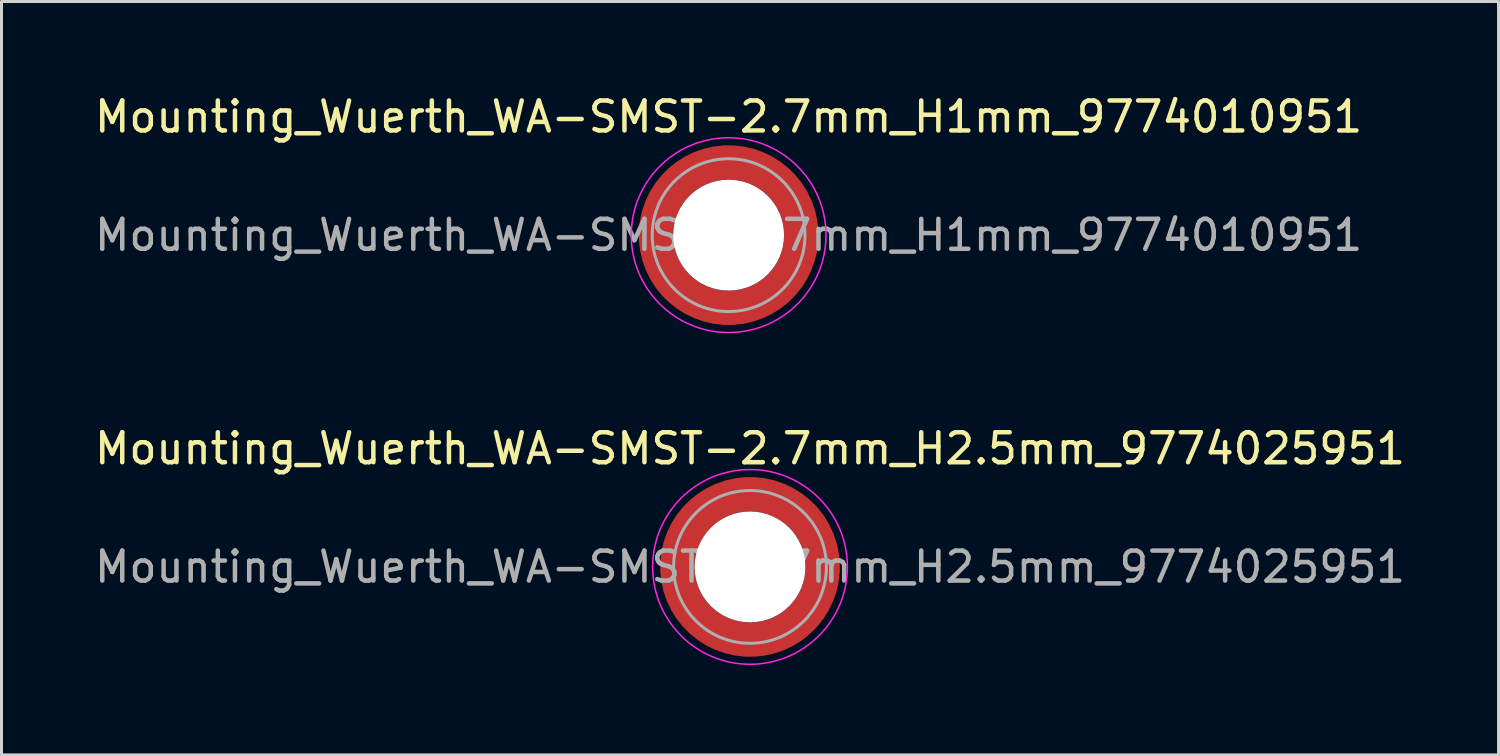
<source format=kicad_pcb>
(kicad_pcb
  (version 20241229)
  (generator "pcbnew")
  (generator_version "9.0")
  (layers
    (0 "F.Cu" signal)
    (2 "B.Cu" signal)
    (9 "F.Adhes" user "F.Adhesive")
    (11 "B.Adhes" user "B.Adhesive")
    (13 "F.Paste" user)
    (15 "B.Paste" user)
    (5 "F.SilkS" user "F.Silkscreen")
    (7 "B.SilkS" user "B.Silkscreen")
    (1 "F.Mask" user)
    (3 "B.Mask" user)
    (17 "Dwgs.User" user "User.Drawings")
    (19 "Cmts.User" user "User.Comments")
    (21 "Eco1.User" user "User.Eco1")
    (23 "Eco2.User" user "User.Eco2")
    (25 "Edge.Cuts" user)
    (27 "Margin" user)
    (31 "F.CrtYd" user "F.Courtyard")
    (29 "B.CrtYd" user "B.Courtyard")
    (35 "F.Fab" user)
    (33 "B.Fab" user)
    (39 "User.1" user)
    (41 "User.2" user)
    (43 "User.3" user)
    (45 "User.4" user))
  (footprint "Mounting_Wuerth_WA-SMST-2.7mm_H1mm_9774010951"
    (layer "F.Cu")
    (at 21.268 4.798)
    (property "Reference" "Mounting_Wuerth_WA-SMST-2.7mm_H1mm_9774010951" (at 0 -3.95 0) (layer "F.SilkS") (effects (font (size 1 1) (thickness 0.15))))
    (attr smd allow_soldermask_bridges)
    (fp_circle (center 0 0) (end 3.25 0) (stroke (width 0.05) (type solid)) (fill no) (layer "F.CrtYd"))
    (fp_circle (center 0 0) (end 2.55 0) (stroke (width 0.1) (type solid)) (fill no) (layer "F.Fab"))
    (fp_text user "${REFERENCE}" (at 0 0 0) (layer "F.Fab") (effects (font (size 1 1) (thickness 0.15))))
    (pad "" smd custom (at -1.704 -1.704) (size 0.51 0.51) (layers "F.Paste") (options (anchor circle)) (primitives (gr_arc (start -0.250195 1.279127) (mid 0.289914 0.289914) (end 1.279127 -0.250195) (width 0.2)) (gr_arc (start -0.34334 1.279127) (mid 0.225488 0.225488) (end 1.279127 -0.34334) (width 0.2)) (gr_arc (start -0.436309 1.279127) (mid 0.161063 0.161063) (end 1.279127 -0.436309) (width 0.2)) (gr_arc (start -0.529126 1.279127) (mid 0.096638 0.096638) (end 1.279127 -0.529126) (width 0.2)) (gr_arc (start -0.621807 1.279127) (mid 0.032213 0.032213) (end 1.279127 -0.621807) (width 0.2)) (gr_arc (start -0.71437 1.279127) (mid -0.032213 -0.032213) (end 1.279127 -0.71437) (width 0.2)) (gr_arc (start -0.806826 1.279127) (mid -0.096638 -0.096638) (end 1.279127 -0.806826) (width 0.2)) (gr_arc (start -0.899187 1.279127) (mid -0.161063 -0.161063) (end 1.279127 -0.899187) (width 0.2)) (gr_arc (start -0.991463 1.279127) (mid -0.225488 -0.225488) (end 1.279127 -0.991463) (width 0.2)) (gr_arc (start -1.083663 1.279127) (mid -0.289914 -0.289914) (end 1.279127 -1.083663) (width 0.2)) (gr_line (start 1.279 -0.25) (end 1.279 -1.084) (width 0.2)) (gr_line (start -0.25 1.279) (end -1.084 1.279) (width 0.2))))
    (pad "" smd custom (at -1.704 1.704) (size 0.51 0.51) (layers "F.Paste") (options (anchor circle)) (primitives (gr_arc (start 1.279127 0.250195) (mid 0.289914 -0.289914) (end -0.250195 -1.279127) (width 0.2)) (gr_arc (start 1.279127 0.34334) (mid 0.225488 -0.225488) (end -0.34334 -1.279127) (width 0.2)) (gr_arc (start 1.279127 0.436309) (mid 0.161063 -0.161063) (end -0.436309 -1.279127) (width 0.2)) (gr_arc (start 1.279127 0.529126) (mid 0.096638 -0.096638) (end -0.529126 -1.279127) (width 0.2)) (gr_arc (start 1.279127 0.621807) (mid 0.032213 -0.032213) (end -0.621807 -1.279127) (width 0.2)) (gr_arc (start 1.279127 0.71437) (mid -0.032213 0.032213) (end -0.71437 -1.279127) (width 0.2)) (gr_arc (start 1.279127 0.806826) (mid -0.096638 0.096638) (end -0.806826 -1.279127) (width 0.2)) (gr_arc (start 1.279127 0.899187) (mid -0.161063 0.161063) (end -0.899187 -1.279127) (width 0.2)) (gr_arc (start 1.279127 0.991463) (mid -0.225488 0.225488) (end -0.991463 -1.279127) (width 0.2)) (gr_arc (start 1.279127 1.083663) (mid -0.289914 0.289914) (end -1.083663 -1.279127) (width 0.2)) (gr_line (start -0.25 -1.279) (end -1.084 -1.279) (width 0.2)) (gr_line (start 1.279 0.25) (end 1.279 1.084) (width 0.2))))
    (pad "" np_thru_hole circle (at 0 0) (size 3.7 3.7) (drill 3.7) (layers "*.Cu" "*.Mask"))
    (pad "" smd custom (at 1.704 -1.704) (size 0.51 0.51) (layers "F.Paste") (options (anchor circle)) (primitives (gr_arc (start -1.279127 -0.250195) (mid -0.289914 0.289914) (end 0.250195 1.279127) (width 0.2)) (gr_arc (start -1.279127 -0.34334) (mid -0.225488 0.225488) (end 0.34334 1.279127) (width 0.2)) (gr_arc (start -1.279127 -0.436309) (mid -0.161063 0.161063) (end 0.436309 1.279127) (width 0.2)) (gr_arc (start -1.279127 -0.529126) (mid -0.096638 0.096638) (end 0.529126 1.279127) (width 0.2)) (gr_arc (start -1.279127 -0.621807) (mid -0.032213 0.032213) (end 0.621807 1.279127) (width 0.2)) (gr_arc (start -1.279127 -0.71437) (mid 0.032213 -0.032213) (end 0.71437 1.279127) (width 0.2)) (gr_arc (start -1.279127 -0.806826) (mid 0.096638 -0.096638) (end 0.806826 1.279127) (width 0.2)) (gr_arc (start -1.279127 -0.899187) (mid 0.161063 -0.161063) (end 0.899187 1.279127) (width 0.2)) (gr_arc (start -1.279127 -0.991463) (mid 0.225488 -0.225488) (end 0.991463 1.279127) (width 0.2)) (gr_arc (start -1.279127 -1.083663) (mid 0.289914 -0.289914) (end 1.083663 1.279127) (width 0.2)) (gr_line (start 0.25 1.279) (end 1.084 1.279) (width 0.2)) (gr_line (start -1.279 -0.25) (end -1.279 -1.084) (width 0.2))))
    (pad "" smd custom (at 1.704 1.704) (size 0.51 0.51) (layers "F.Paste") (options (anchor circle)) (primitives (gr_arc (start 0.250195 -1.279127) (mid -0.289914 -0.289914) (end -1.279127 0.250195) (width 0.2)) (gr_arc (start 0.34334 -1.279127) (mid -0.225488 -0.225488) (end -1.279127 0.34334) (width 0.2)) (gr_arc (start 0.436309 -1.279127) (mid -0.161063 -0.161063) (end -1.279127 0.436309) (width 0.2)) (gr_arc (start 0.529126 -1.279127) (mid -0.096638 -0.096638) (end -1.279127 0.529126) (width 0.2)) (gr_arc (start 0.621807 -1.279127) (mid -0.032213 -0.032213) (end -1.279127 0.621807) (width 0.2)) (gr_arc (start 0.71437 -1.279127) (mid 0.032213 0.032213) (end -1.279127 0.71437) (width 0.2)) (gr_arc (start 0.806826 -1.279127) (mid 0.096638 0.096638) (end -1.279127 0.806826) (width 0.2)) (gr_arc (start 0.899187 -1.279127) (mid 0.161063 0.161063) (end -1.279127 0.899187) (width 0.2)) (gr_arc (start 0.991463 -1.279127) (mid 0.225488 0.225488) (end -1.279127 0.991463) (width 0.2)) (gr_arc (start 1.083663 -1.279127) (mid 0.289914 0.289914) (end -1.279127 1.083663) (width 0.2)) (gr_line (start -1.279 0.25) (end -1.279 1.084) (width 0.2)) (gr_line (start 0.25 -1.279) (end 1.084 -1.279) (width 0.2))))
    (pad "1" smd circle (at -2.425 0) (size 0.642 0.642) (layers "F.Cu"))
    (pad "1" smd circle (at 0 -2.425) (size 0.642 0.642) (layers "F.Cu"))
    (pad "1" smd circle (at 0 2.425) (size 0.642 0.642) (layers "F.Cu"))
    (pad "1" smd custom (at 2.425 0) (size 1.15 1.15) (layers "F.Cu" "F.Mask") (options (anchor circle)) (primitives (gr_circle (center -2.425 0) (end 0 0) (width 1.15) (fill no)))))
  (footprint "Mounting_Wuerth_WA-SMST-2.7mm_H2.5mm_9774025951"
    (layer "F.Cu")
    (at 21.982 15.871)
    (property "Reference" "Mounting_Wuerth_WA-SMST-2.7mm_H2.5mm_9774025951" (at 0 -3.95 0) (layer "F.SilkS") (effects (font (size 1 1) (thickness 0.15))))
    (attr smd allow_soldermask_bridges)
    (fp_circle (center 0 0) (end 3.25 0) (stroke (width 0.05) (type solid)) (fill no) (layer "F.CrtYd"))
    (fp_circle (center 0 0) (end 2.55 0) (stroke (width 0.1) (type solid)) (fill no) (layer "F.Fab"))
    (fp_text user "${REFERENCE}" (at 0 0 0) (layer "F.Fab") (effects (font (size 1 1) (thickness 0.15))))
    (pad "" smd custom (at -1.704 -1.704) (size 0.51 0.51) (layers "F.Paste") (options (anchor circle)) (primitives (gr_arc (start -0.250195 1.279127) (mid 0.289914 0.289914) (end 1.279127 -0.250195) (width 0.2)) (gr_arc (start -0.34334 1.279127) (mid 0.225488 0.225488) (end 1.279127 -0.34334) (width 0.2)) (gr_arc (start -0.436309 1.279127) (mid 0.161063 0.161063) (end 1.279127 -0.436309) (width 0.2)) (gr_arc (start -0.529126 1.279127) (mid 0.096638 0.096638) (end 1.279127 -0.529126) (width 0.2)) (gr_arc (start -0.621807 1.279127) (mid 0.032213 0.032213) (end 1.279127 -0.621807) (width 0.2)) (gr_arc (start -0.71437 1.279127) (mid -0.032213 -0.032213) (end 1.279127 -0.71437) (width 0.2)) (gr_arc (start -0.806826 1.279127) (mid -0.096638 -0.096638) (end 1.279127 -0.806826) (width 0.2)) (gr_arc (start -0.899187 1.279127) (mid -0.161063 -0.161063) (end 1.279127 -0.899187) (width 0.2)) (gr_arc (start -0.991463 1.279127) (mid -0.225488 -0.225488) (end 1.279127 -0.991463) (width 0.2)) (gr_arc (start -1.083663 1.279127) (mid -0.289914 -0.289914) (end 1.279127 -1.083663) (width 0.2)) (gr_line (start 1.279 -0.25) (end 1.279 -1.084) (width 0.2)) (gr_line (start -0.25 1.279) (end -1.084 1.279) (width 0.2))))
    (pad "" smd custom (at -1.704 1.704) (size 0.51 0.51) (layers "F.Paste") (options (anchor circle)) (primitives (gr_arc (start 1.279127 0.250195) (mid 0.289914 -0.289914) (end -0.250195 -1.279127) (width 0.2)) (gr_arc (start 1.279127 0.34334) (mid 0.225488 -0.225488) (end -0.34334 -1.279127) (width 0.2)) (gr_arc (start 1.279127 0.436309) (mid 0.161063 -0.161063) (end -0.436309 -1.279127) (width 0.2)) (gr_arc (start 1.279127 0.529126) (mid 0.096638 -0.096638) (end -0.529126 -1.279127) (width 0.2)) (gr_arc (start 1.279127 0.621807) (mid 0.032213 -0.032213) (end -0.621807 -1.279127) (width 0.2)) (gr_arc (start 1.279127 0.71437) (mid -0.032213 0.032213) (end -0.71437 -1.279127) (width 0.2)) (gr_arc (start 1.279127 0.806826) (mid -0.096638 0.096638) (end -0.806826 -1.279127) (width 0.2)) (gr_arc (start 1.279127 0.899187) (mid -0.161063 0.161063) (end -0.899187 -1.279127) (width 0.2)) (gr_arc (start 1.279127 0.991463) (mid -0.225488 0.225488) (end -0.991463 -1.279127) (width 0.2)) (gr_arc (start 1.279127 1.083663) (mid -0.289914 0.289914) (end -1.083663 -1.279127) (width 0.2)) (gr_line (start -0.25 -1.279) (end -1.084 -1.279) (width 0.2)) (gr_line (start 1.279 0.25) (end 1.279 1.084) (width 0.2))))
    (pad "" np_thru_hole circle (at 0 0) (size 3.7 3.7) (drill 3.7) (layers "*.Cu" "*.Mask"))
    (pad "" smd custom (at 1.704 -1.704) (size 0.51 0.51) (layers "F.Paste") (options (anchor circle)) (primitives (gr_arc (start -1.279127 -0.250195) (mid -0.289914 0.289914) (end 0.250195 1.279127) (width 0.2)) (gr_arc (start -1.279127 -0.34334) (mid -0.225488 0.225488) (end 0.34334 1.279127) (width 0.2)) (gr_arc (start -1.279127 -0.436309) (mid -0.161063 0.161063) (end 0.436309 1.279127) (width 0.2)) (gr_arc (start -1.279127 -0.529126) (mid -0.096638 0.096638) (end 0.529126 1.279127) (width 0.2)) (gr_arc (start -1.279127 -0.621807) (mid -0.032213 0.032213) (end 0.621807 1.279127) (width 0.2)) (gr_arc (start -1.279127 -0.71437) (mid 0.032213 -0.032213) (end 0.71437 1.279127) (width 0.2)) (gr_arc (start -1.279127 -0.806826) (mid 0.096638 -0.096638) (end 0.806826 1.279127) (width 0.2)) (gr_arc (start -1.279127 -0.899187) (mid 0.161063 -0.161063) (end 0.899187 1.279127) (width 0.2)) (gr_arc (start -1.279127 -0.991463) (mid 0.225488 -0.225488) (end 0.991463 1.279127) (width 0.2)) (gr_arc (start -1.279127 -1.083663) (mid 0.289914 -0.289914) (end 1.083663 1.279127) (width 0.2)) (gr_line (start 0.25 1.279) (end 1.084 1.279) (width 0.2)) (gr_line (start -1.279 -0.25) (end -1.279 -1.084) (width 0.2))))
    (pad "" smd custom (at 1.704 1.704) (size 0.51 0.51) (layers "F.Paste") (options (anchor circle)) (primitives (gr_arc (start 0.250195 -1.279127) (mid -0.289914 -0.289914) (end -1.279127 0.250195) (width 0.2)) (gr_arc (start 0.34334 -1.279127) (mid -0.225488 -0.225488) (end -1.279127 0.34334) (width 0.2)) (gr_arc (start 0.436309 -1.279127) (mid -0.161063 -0.161063) (end -1.279127 0.436309) (width 0.2)) (gr_arc (start 0.529126 -1.279127) (mid -0.096638 -0.096638) (end -1.279127 0.529126) (width 0.2)) (gr_arc (start 0.621807 -1.279127) (mid -0.032213 -0.032213) (end -1.279127 0.621807) (width 0.2)) (gr_arc (start 0.71437 -1.279127) (mid 0.032213 0.032213) (end -1.279127 0.71437) (width 0.2)) (gr_arc (start 0.806826 -1.279127) (mid 0.096638 0.096638) (end -1.279127 0.806826) (width 0.2)) (gr_arc (start 0.899187 -1.279127) (mid 0.161063 0.161063) (end -1.279127 0.899187) (width 0.2)) (gr_arc (start 0.991463 -1.279127) (mid 0.225488 0.225488) (end -1.279127 0.991463) (width 0.2)) (gr_arc (start 1.083663 -1.279127) (mid 0.289914 0.289914) (end -1.279127 1.083663) (width 0.2)) (gr_line (start -1.279 0.25) (end -1.279 1.084) (width 0.2)) (gr_line (start 0.25 -1.279) (end 1.084 -1.279) (width 0.2))))
    (pad "1" smd circle (at -2.425 0) (size 0.642 0.642) (layers "F.Cu"))
    (pad "1" smd circle (at 0 -2.425) (size 0.642 0.642) (layers "F.Cu"))
    (pad "1" smd circle (at 0 2.425) (size 0.642 0.642) (layers "F.Cu"))
    (pad "1" smd custom (at 2.425 0) (size 1.15 1.15) (layers "F.Cu" "F.Mask") (options (anchor circle)) (primitives (gr_circle (center -2.425 0) (end 0 0) (width 1.15) (fill no)))))
  (gr_rect
    (start -3 -3)
    (end 46.964 22.146)
    (stroke (width 0.1) (type default))
    (fill no)
    (layer "Edge.Cuts")))
</source>
